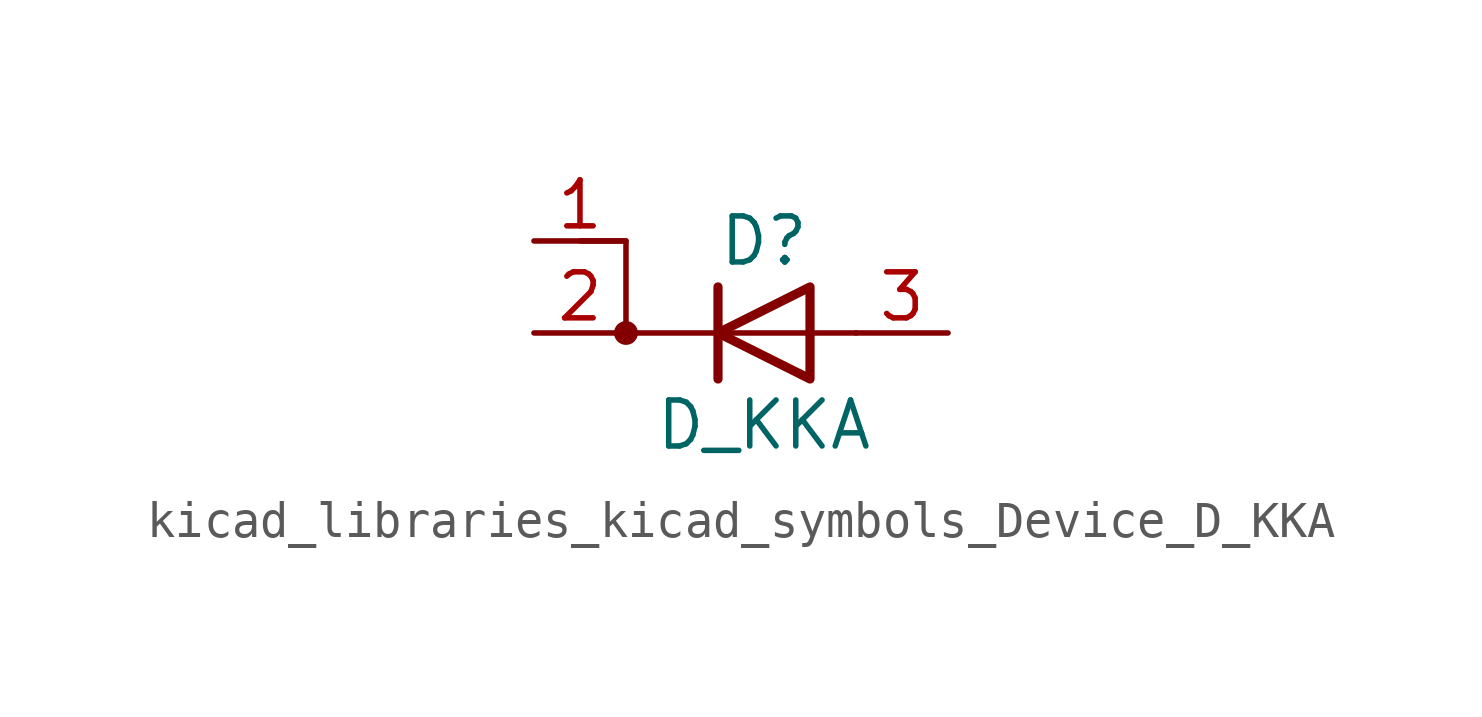
<source format=kicad_sym>
(kicad_symbol_lib
  (version 20220914)
  (generator kicad_symbol_editor)
  (symbol "kicad_libraries_kicad_symbols_Device_D_KKA"
    (pin_names
      (offset 0) hide)
    (property "Reference" "D"
      (at 0 2.54 0)
      (effects (font (size 1.27 1.27))))
    (property "Value" "D_KKA"
      (at 0 -2.54 0)
      (effects (font (size 1.27 1.27))))
    (symbol "kicad_libraries_kicad_symbols_Device_D_KKA_0_1"
      (circle (center -3.81 0) (radius 0.254) (stroke (width 0) (type default)) (fill (type outline)))
      (polyline (pts (xy -1.27 1.27) (xy -1.27 -1.27)) (stroke (width 0.254) (type default)) (fill (type none)))
      (polyline (pts (xy -5.08 2.54) (xy -3.81 2.54) (xy -3.81 0) (xy 2.54 0)) (stroke (width 0) (type default)) (fill (type none)))
      (polyline (pts (xy 1.27 1.27) (xy 1.27 -1.27) (xy -1.27 0) (xy 1.27 1.27)) (stroke (width 0.254) (type default)) (fill (type none))))
    (symbol "kicad_libraries_kicad_symbols_Device_D_KKA_1_1"
      (pin input line (at -6.35 2.54 0) (length 2.54) (name "K" (effects (font (size 1.27 1.27)))) (number "1" (effects (font (size 1.27 1.27)))))
      (pin passive line (at -6.35 0 0) (length 2.54) (name "K" (effects (font (size 1.27 1.27)))) (number "2" (effects (font (size 1.27 1.27)))))
      (pin passive line (at 5.08 0 180) (length 2.54) (name "A" (effects (font (size 1.27 1.27)))) (number "3" (effects (font (size 1.27 1.27))))))))
</source>
